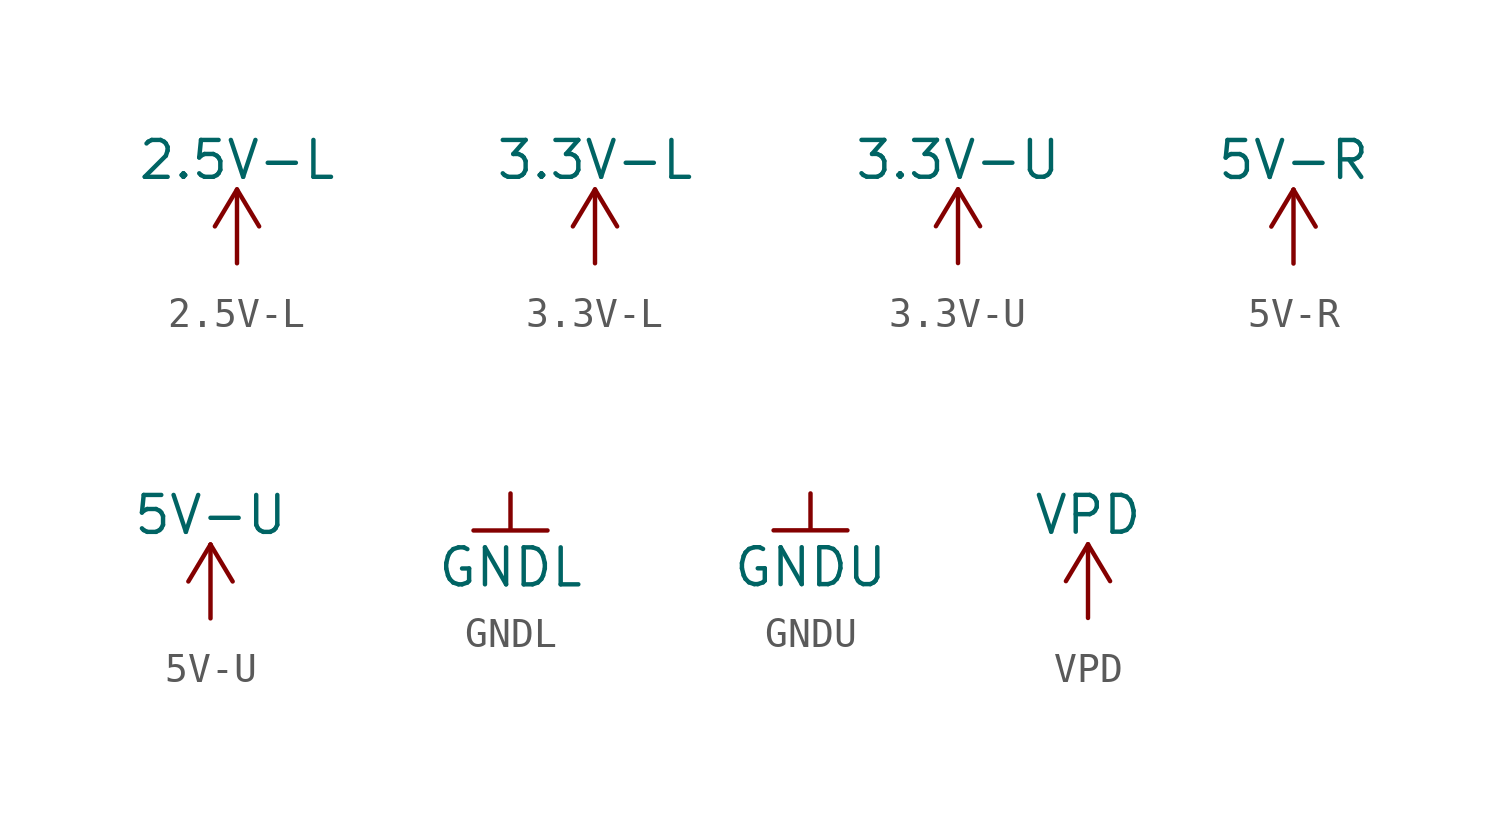
<source format=kicad_sym>
(kicad_symbol_lib
  (version 20220914)
  (generator kicad_symbol_editor)
  (symbol "2.5V-L"
    (power)
    (pin_names
      (offset 0))
    (property "Reference" "#2V5-L"
      (at 0 -3.81 0)
      (effects (font (size 1.27 1.27)) hide))
    (property "Value" "2.5V-L"
      (at 0 3.556 0)
      (effects (font (size 1.27 1.27))))
    (symbol "2.5V-L_0_1"
      (polyline (pts (xy -0.762 1.27) (xy 0 2.54)) (stroke (width 0) (type default)) (fill (type none)))
      (polyline (pts (xy 0 0) (xy 0 2.54)) (stroke (width 0) (type default)) (fill (type none)))
      (polyline (pts (xy 0 2.54) (xy 0.762 1.27)) (stroke (width 0) (type default)) (fill (type none))))
    (symbol "2.5V-L_1_1"
      (pin power_in line (at 0 0 90) (length 0) hide (name "3.3VA" (effects (font (size 1.27 1.27)))) (number "1" (effects (font (size 1.27 1.27)))))))
  (symbol "3.3V-L"
    (power)
    (pin_names
      (offset 0))
    (property "Reference" "#3V3-L"
      (at 0 8.89 0)
      (effects (font (size 1.27 1.27)) hide))
    (property "Value" "3.3V-L"
      (at 0 3.556 0)
      (effects (font (size 1.27 1.27))))
    (symbol "3.3V-L_0_1"
      (polyline (pts (xy -0.762 1.27) (xy 0 2.54)) (stroke (width 0) (type default)) (fill (type none)))
      (polyline (pts (xy 0 0) (xy 0 2.54)) (stroke (width 0) (type default)) (fill (type none)))
      (polyline (pts (xy 0 2.54) (xy 0.762 1.27)) (stroke (width 0) (type default)) (fill (type none))))
    (symbol "3.3V-L_1_1"
      (pin power_in line (at 0 0 90) (length 0) hide (name "3.3V-L" (effects (font (size 1.27 1.27)))) (number "1" (effects (font (size 1.27 1.27)))))))
  (symbol "3.3V-U"
    (power)
    (pin_names
      (offset 0))
    (property "Reference" "#3V3-U"
      (at 0 7.62 0)
      (effects (font (size 1.27 1.27)) hide))
    (property "Value" "3.3V-U"
      (at 0 3.556 0)
      (effects (font (size 1.27 1.27))))
    (symbol "3.3V-U_0_1"
      (polyline (pts (xy -0.762 1.27) (xy 0 2.54)) (stroke (width 0) (type default)) (fill (type none)))
      (polyline (pts (xy 0 0) (xy 0 2.54)) (stroke (width 0) (type default)) (fill (type none)))
      (polyline (pts (xy 0 2.54) (xy 0.762 1.27)) (stroke (width 0) (type default)) (fill (type none))))
    (symbol "3.3V-U_1_1"
      (pin power_in line (at 0 0 90) (length 0) hide (name "3.3V-U" (effects (font (size 1.27 1.27)))) (number "1" (effects (font (size 1.27 1.27)))))))
  (symbol "5V-R"
    (power)
    (pin_names
      (offset 0))
    (property "Reference" "#5V-R"
      (at 0 7.62 0)
      (effects (font (size 1.27 1.27)) hide))
    (property "Value" "5V-R"
      (at 0 3.556 0)
      (effects (font (size 1.27 1.27))))
    (symbol "5V-R_0_1"
      (polyline (pts (xy -0.762 1.27) (xy 0 2.54)) (stroke (width 0) (type default)) (fill (type none)))
      (polyline (pts (xy 0 0) (xy 0 2.54)) (stroke (width 0) (type default)) (fill (type none)))
      (polyline (pts (xy 0 2.54) (xy 0.762 1.27)) (stroke (width 0) (type default)) (fill (type none))))
    (symbol "5V-R_1_1"
      (pin power_in line (at 0 0 90) (length 0) hide (name "5V-R" (effects (font (size 1.27 1.27)))) (number "1" (effects (font (size 1.27 1.27)))))))
  (symbol "5V-U"
    (power)
    (pin_names
      (offset 0))
    (property "Reference" "#5V-U"
      (at 0 8.89 0)
      (effects (font (size 1.27 1.27)) hide))
    (property "Value" "5V-U"
      (at 0 3.556 0)
      (effects (font (size 1.27 1.27))))
    (symbol "5V-U_0_1"
      (polyline (pts (xy -0.762 1.27) (xy 0 2.54)) (stroke (width 0) (type default)) (fill (type none)))
      (polyline (pts (xy 0 0) (xy 0 2.54)) (stroke (width 0) (type default)) (fill (type none)))
      (polyline (pts (xy 0 2.54) (xy 0.762 1.27)) (stroke (width 0) (type default)) (fill (type none))))
    (symbol "5V-U_1_1"
      (pin power_in line (at 0 0 90) (length 0) hide (name "5V-U" (effects (font (size 1.27 1.27)))) (number "1" (effects (font (size 1.27 1.27)))))))
  (symbol "GNDL"
    (power)
    (pin_names
      (offset 0))
    (property "Reference" "#PWR"
      (at 0 -6.35 0)
      (effects (font (size 1.27 1.27)) hide))
    (property "Value" "GNDL"
      (at 0 -2.54 0)
      (effects (font (size 1.27 1.27))))
    (symbol "GNDL_0_1"
      (polyline (pts (xy 0 0) (xy 0 -1.27) (xy 1.27 -1.27) (xy 0 -1.27) (xy -1.27 -1.27) (xy 0 -1.27)) (stroke (width 0) (type default)) (fill (type none))))
    (symbol "GNDL_1_1"
      (pin power_in line (at 0 0 270) (length 0) hide (name "GNDL" (effects (font (size 1.27 1.27)))) (number "1" (effects (font (size 1.27 1.27)))))))
  (symbol "GNDU"
    (power)
    (pin_names
      (offset 0))
    (property "Reference" "#PWR"
      (at 0 -6.35 0)
      (effects (font (size 1.27 1.27)) hide))
    (property "Value" "GNDU"
      (at 0 -2.54 0)
      (effects (font (size 1.27 1.27))))
    (symbol "GNDU_0_1"
      (polyline (pts (xy 0 0) (xy 0 -1.27) (xy 1.27 -1.27) (xy 0 -1.27) (xy -1.27 -1.27) (xy 0 -1.27)) (stroke (width 0) (type default)) (fill (type none))))
    (symbol "GNDU_1_1"
      (pin power_in line (at 0 0 270) (length 0) hide (name "GNDU" (effects (font (size 1.27 1.27)))) (number "1" (effects (font (size 1.27 1.27)))))))
  (symbol "VPD"
    (power)
    (pin_names
      (offset 0))
    (property "Reference" "#VPD"
      (at 0 -3.81 0)
      (effects (font (size 1.27 1.27)) hide))
    (property "Value" "VPD"
      (at 0 3.556 0)
      (effects (font (size 1.27 1.27))))
    (symbol "VPD_0_1"
      (polyline (pts (xy -0.762 1.27) (xy 0 2.54)) (stroke (width 0) (type default)) (fill (type none)))
      (polyline (pts (xy 0 0) (xy 0 2.54)) (stroke (width 0) (type default)) (fill (type none)))
      (polyline (pts (xy 0 2.54) (xy 0.762 1.27)) (stroke (width 0) (type default)) (fill (type none))))
    (symbol "VPD_1_1"
      (pin power_in line (at 0 0 90) (length 0) hide (name "VPD" (effects (font (size 1.27 1.27)))) (number "1" (effects (font (size 1.27 1.27))))))))
</source>
